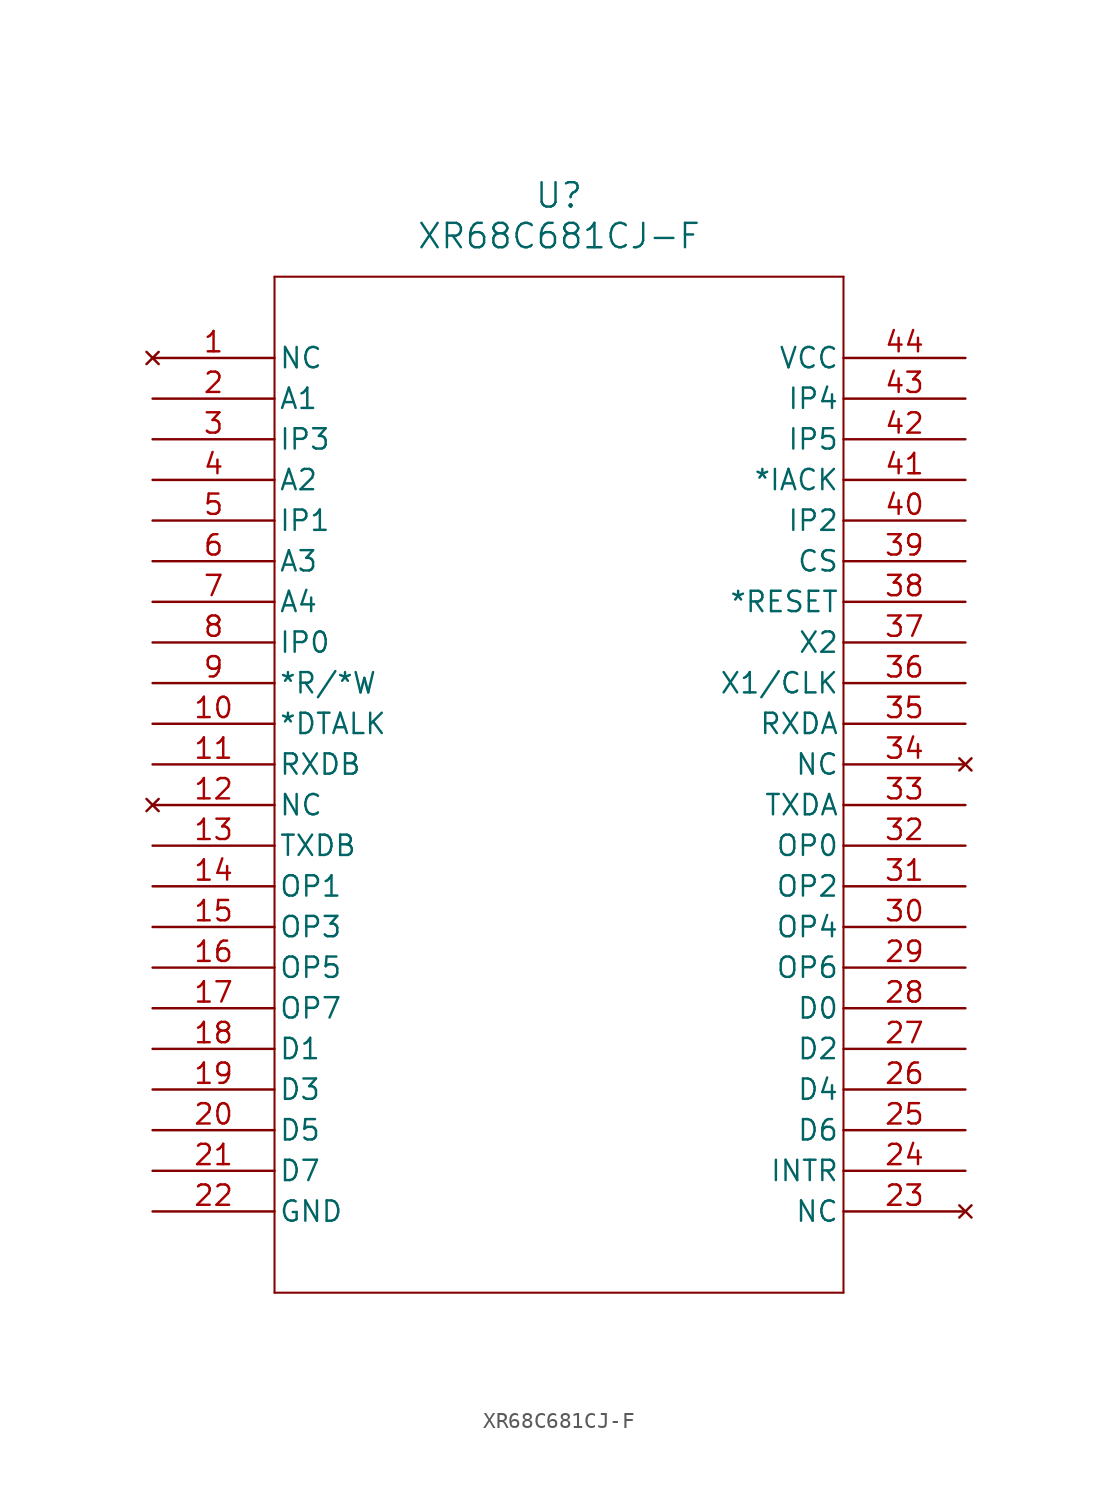
<source format=kicad_sym>
(kicad_symbol_lib
  (version 20211014)
  (generator kicad_symbol_editor)
  (symbol "XR68C681CJ-F"
    (pin_names
      (offset 0.254))
    (property "Reference" "U"
      (at 25.4 10.16 0)
      (effects (font (size 1.524 1.524))))
    (property "Value" "XR68C681CJ-F"
      (at 25.4 7.62 0)
      (effects (font (size 1.524 1.524))))
    (symbol "XR68C681CJ-F_0_1"
      (polyline (pts (xy 7.62 5.08) (xy 7.62 -58.42)) (stroke (width 0.127) (type default) (color 0 0 0 0)) (fill (type none)))
      (polyline (pts (xy 7.62 -58.42) (xy 43.18 -58.42)) (stroke (width 0.127) (type default) (color 0 0 0 0)) (fill (type none)))
      (polyline (pts (xy 43.18 -58.42) (xy 43.18 5.08)) (stroke (width 0.127) (type default) (color 0 0 0 0)) (fill (type none)))
      (polyline (pts (xy 43.18 5.08) (xy 7.62 5.08)) (stroke (width 0.127) (type default) (color 0 0 0 0)) (fill (type none)))
      (pin no_connect line (at 0 0 0) (length 7.62) (name "NC" (effects (font (size 1.27 1.27)))) (number "1" (effects (font (size 1.27 1.27)))))
      (pin input line (at 0 -2.54 0) (length 7.62) (name "A1" (effects (font (size 1.27 1.27)))) (number "2" (effects (font (size 1.27 1.27)))))
      (pin input line (at 0 -5.08 0) (length 7.62) (name "IP3" (effects (font (size 1.27 1.27)))) (number "3" (effects (font (size 1.27 1.27)))))
      (pin input line (at 0 -7.62 0) (length 7.62) (name "A2" (effects (font (size 1.27 1.27)))) (number "4" (effects (font (size 1.27 1.27)))))
      (pin input line (at 0 -10.16 0) (length 7.62) (name "IP1" (effects (font (size 1.27 1.27)))) (number "5" (effects (font (size 1.27 1.27)))))
      (pin input line (at 0 -12.7 0) (length 7.62) (name "A3" (effects (font (size 1.27 1.27)))) (number "6" (effects (font (size 1.27 1.27)))))
      (pin input line (at 0 -15.24 0) (length 7.62) (name "A4" (effects (font (size 1.27 1.27)))) (number "7" (effects (font (size 1.27 1.27)))))
      (pin input line (at 0 -17.78 0) (length 7.62) (name "IP0" (effects (font (size 1.27 1.27)))) (number "8" (effects (font (size 1.27 1.27)))))
      (pin input line (at 0 -20.32 0) (length 7.62) (name "*R/*W" (effects (font (size 1.27 1.27)))) (number "9" (effects (font (size 1.27 1.27)))))
      (pin output line (at 0 -22.86 0) (length 7.62) (name "*DTALK" (effects (font (size 1.27 1.27)))) (number "10" (effects (font (size 1.27 1.27)))))
      (pin input line (at 0 -25.4 0) (length 7.62) (name "RXDB" (effects (font (size 1.27 1.27)))) (number "11" (effects (font (size 1.27 1.27)))))
      (pin no_connect line (at 0 -27.94 0) (length 7.62) (name "NC" (effects (font (size 1.27 1.27)))) (number "12" (effects (font (size 1.27 1.27)))))
      (pin output line (at 0 -30.48 0) (length 7.62) (name "TXDB" (effects (font (size 1.27 1.27)))) (number "13" (effects (font (size 1.27 1.27)))))
      (pin output line (at 0 -33.02 0) (length 7.62) (name "OP1" (effects (font (size 1.27 1.27)))) (number "14" (effects (font (size 1.27 1.27)))))
      (pin output line (at 0 -35.56 0) (length 7.62) (name "OP3" (effects (font (size 1.27 1.27)))) (number "15" (effects (font (size 1.27 1.27)))))
      (pin output line (at 0 -38.1 0) (length 7.62) (name "OP5" (effects (font (size 1.27 1.27)))) (number "16" (effects (font (size 1.27 1.27)))))
      (pin output line (at 0 -40.64 0) (length 7.62) (name "OP7" (effects (font (size 1.27 1.27)))) (number "17" (effects (font (size 1.27 1.27)))))
      (pin bidirectional line (at 0 -43.18 0) (length 7.62) (name "D1" (effects (font (size 1.27 1.27)))) (number "18" (effects (font (size 1.27 1.27)))))
      (pin bidirectional line (at 0 -45.72 0) (length 7.62) (name "D3" (effects (font (size 1.27 1.27)))) (number "19" (effects (font (size 1.27 1.27)))))
      (pin bidirectional line (at 0 -48.26 0) (length 7.62) (name "D5" (effects (font (size 1.27 1.27)))) (number "20" (effects (font (size 1.27 1.27)))))
      (pin bidirectional line (at 0 -50.8 0) (length 7.62) (name "D7" (effects (font (size 1.27 1.27)))) (number "21" (effects (font (size 1.27 1.27)))))
      (pin power_in line (at 0 -53.34 0) (length 7.62) (name "GND" (effects (font (size 1.27 1.27)))) (number "22" (effects (font (size 1.27 1.27)))))
      (pin no_connect line (at 50.8 -53.34 180) (length 7.62) (name "NC" (effects (font (size 1.27 1.27)))) (number "23" (effects (font (size 1.27 1.27)))))
      (pin output line (at 50.8 -50.8 180) (length 7.62) (name "INTR" (effects (font (size 1.27 1.27)))) (number "24" (effects (font (size 1.27 1.27)))))
      (pin bidirectional line (at 50.8 -48.26 180) (length 7.62) (name "D6" (effects (font (size 1.27 1.27)))) (number "25" (effects (font (size 1.27 1.27)))))
      (pin bidirectional line (at 50.8 -45.72 180) (length 7.62) (name "D4" (effects (font (size 1.27 1.27)))) (number "26" (effects (font (size 1.27 1.27)))))
      (pin bidirectional line (at 50.8 -43.18 180) (length 7.62) (name "D2" (effects (font (size 1.27 1.27)))) (number "27" (effects (font (size 1.27 1.27)))))
      (pin bidirectional line (at 50.8 -40.64 180) (length 7.62) (name "D0" (effects (font (size 1.27 1.27)))) (number "28" (effects (font (size 1.27 1.27)))))
      (pin output line (at 50.8 -38.1 180) (length 7.62) (name "OP6" (effects (font (size 1.27 1.27)))) (number "29" (effects (font (size 1.27 1.27)))))
      (pin output line (at 50.8 -35.56 180) (length 7.62) (name "OP4" (effects (font (size 1.27 1.27)))) (number "30" (effects (font (size 1.27 1.27)))))
      (pin output line (at 50.8 -33.02 180) (length 7.62) (name "OP2" (effects (font (size 1.27 1.27)))) (number "31" (effects (font (size 1.27 1.27)))))
      (pin output line (at 50.8 -30.48 180) (length 7.62) (name "OP0" (effects (font (size 1.27 1.27)))) (number "32" (effects (font (size 1.27 1.27)))))
      (pin output line (at 50.8 -27.94 180) (length 7.62) (name "TXDA" (effects (font (size 1.27 1.27)))) (number "33" (effects (font (size 1.27 1.27)))))
      (pin no_connect line (at 50.8 -25.4 180) (length 7.62) (name "NC" (effects (font (size 1.27 1.27)))) (number "34" (effects (font (size 1.27 1.27)))))
      (pin input line (at 50.8 -22.86 180) (length 7.62) (name "RXDA" (effects (font (size 1.27 1.27)))) (number "35" (effects (font (size 1.27 1.27)))))
      (pin bidirectional line (at 50.8 -20.32 180) (length 7.62) (name "X1/CLK" (effects (font (size 1.27 1.27)))) (number "36" (effects (font (size 1.27 1.27)))))
      (pin input line (at 50.8 -17.78 180) (length 7.62) (name "X2" (effects (font (size 1.27 1.27)))) (number "37" (effects (font (size 1.27 1.27)))))
      (pin input line (at 50.8 -15.24 180) (length 7.62) (name "*RESET" (effects (font (size 1.27 1.27)))) (number "38" (effects (font (size 1.27 1.27)))))
      (pin input line (at 50.8 -12.7 180) (length 7.62) (name "CS" (effects (font (size 1.27 1.27)))) (number "39" (effects (font (size 1.27 1.27)))))
      (pin input line (at 50.8 -10.16 180) (length 7.62) (name "IP2" (effects (font (size 1.27 1.27)))) (number "40" (effects (font (size 1.27 1.27)))))
      (pin input line (at 50.8 -7.62 180) (length 7.62) (name "*IACK" (effects (font (size 1.27 1.27)))) (number "41" (effects (font (size 1.27 1.27)))))
      (pin input line (at 50.8 -5.08 180) (length 7.62) (name "IP5" (effects (font (size 1.27 1.27)))) (number "42" (effects (font (size 1.27 1.27)))))
      (pin input line (at 50.8 -2.54 180) (length 7.62) (name "IP4" (effects (font (size 1.27 1.27)))) (number "43" (effects (font (size 1.27 1.27)))))
      (pin power_in line (at 50.8 0 180) (length 7.62) (name "VCC" (effects (font (size 1.27 1.27)))) (number "44" (effects (font (size 1.27 1.27))))))))
</source>
